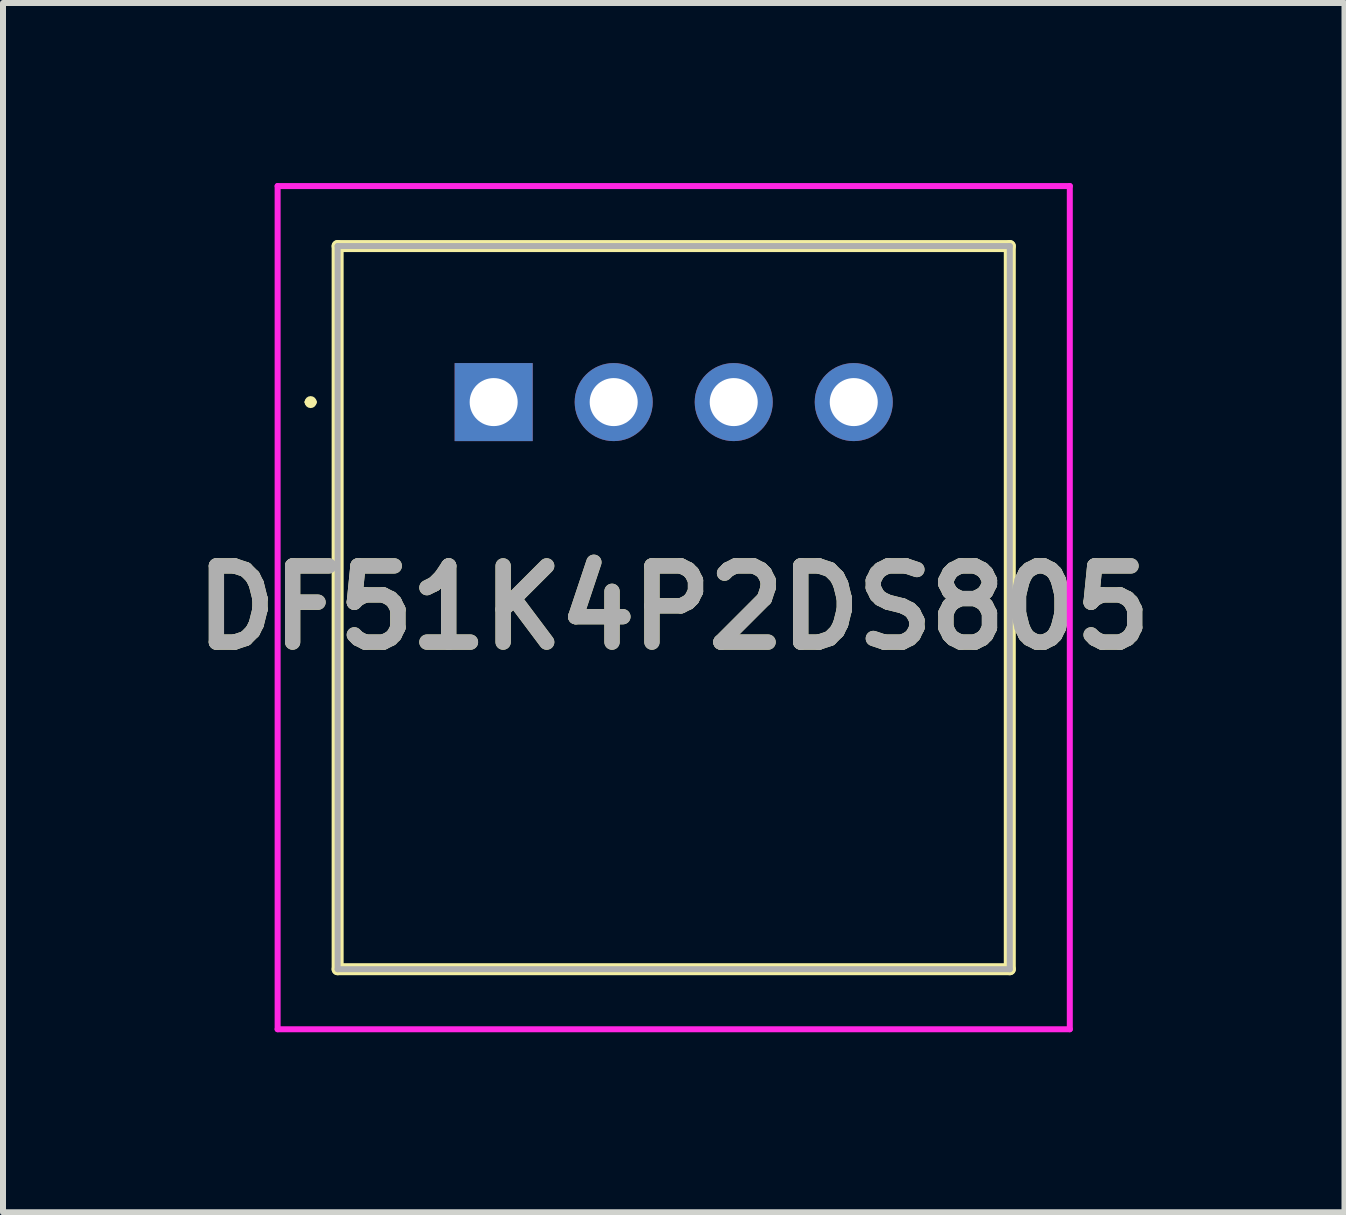
<source format=kicad_pcb>
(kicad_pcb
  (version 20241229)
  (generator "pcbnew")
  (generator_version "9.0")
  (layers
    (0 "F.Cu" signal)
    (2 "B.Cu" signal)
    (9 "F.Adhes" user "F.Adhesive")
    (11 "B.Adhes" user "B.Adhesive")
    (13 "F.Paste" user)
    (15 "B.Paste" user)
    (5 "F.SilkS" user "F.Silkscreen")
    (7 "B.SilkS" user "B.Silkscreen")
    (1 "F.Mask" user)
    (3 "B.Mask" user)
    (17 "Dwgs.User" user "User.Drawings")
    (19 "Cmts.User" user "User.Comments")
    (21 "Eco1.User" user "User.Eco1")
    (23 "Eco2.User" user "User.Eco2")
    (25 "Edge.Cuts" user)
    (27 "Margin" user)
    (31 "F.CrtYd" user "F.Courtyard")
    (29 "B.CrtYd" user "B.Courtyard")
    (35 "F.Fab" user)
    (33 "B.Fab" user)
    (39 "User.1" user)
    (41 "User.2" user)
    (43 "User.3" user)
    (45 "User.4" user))
  (footprint "DF51K4P2DS805"
    (layer "F.Cu")
    (at 5.176 3.65)
    (property "Reference" "DF51K4P2DS805" (at 3 3.425 0) (layer "F.SilkS") (effects (font (size 1.27 1.27) (thickness 0.254))))
    (attr through_hole)
    (fp_line (start -3.1 0) (end -3.1 0) (stroke (width 0.1) (type solid)) (layer "F.SilkS"))
    (fp_line (start -3 0) (end -3 0) (stroke (width 0.1) (type solid)) (layer "F.SilkS"))
    (fp_line (start -2.6 -2.6) (end 8.6 -2.6) (stroke (width 0.2) (type solid)) (layer "F.SilkS"))
    (fp_line (start -2.6 9.45) (end -2.6 -2.6) (stroke (width 0.2) (type solid)) (layer "F.SilkS"))
    (fp_line (start 8.6 -2.6) (end 8.6 9.45) (stroke (width 0.2) (type solid)) (layer "F.SilkS"))
    (fp_line (start 8.6 9.45) (end -2.6 9.45) (stroke (width 0.2) (type solid)) (layer "F.SilkS"))
    (fp_arc (start -3.1 0) (mid -3.05 -0.05) (end -3 0) (stroke (width 0.1) (type solid)) (layer "F.SilkS"))
    (fp_arc (start -3 0) (mid -3.05 0.05) (end -3.1 0) (stroke (width 0.1) (type solid)) (layer "F.SilkS"))
    (fp_line (start -3.6 -3.6) (end 9.6 -3.6) (stroke (width 0.1) (type solid)) (layer "F.CrtYd"))
    (fp_line (start -3.6 10.45) (end -3.6 -3.6) (stroke (width 0.1) (type solid)) (layer "F.CrtYd"))
    (fp_line (start 9.6 -3.6) (end 9.6 10.45) (stroke (width 0.1) (type solid)) (layer "F.CrtYd"))
    (fp_line (start 9.6 10.45) (end -3.6 10.45) (stroke (width 0.1) (type solid)) (layer "F.CrtYd"))
    (fp_line (start -2.6 -2.6) (end -2.6 9.45) (stroke (width 0.1) (type solid)) (layer "F.Fab"))
    (fp_line (start -2.6 9.45) (end 8.6 9.45) (stroke (width 0.1) (type solid)) (layer "F.Fab"))
    (fp_line (start 8.6 -2.6) (end -2.6 -2.6) (stroke (width 0.1) (type solid)) (layer "F.Fab"))
    (fp_line (start 8.6 9.45) (end 8.6 -2.6) (stroke (width 0.1) (type solid)) (layer "F.Fab"))
    (fp_text user "${REFERENCE}" (at 3 3.425 0) (layer "F.Fab") (effects (font (size 1.27 1.27) (thickness 0.254))))
    (pad "1" thru_hole rect (at 0 0) (size 1.3 1.3) (drill 0.8) (layers "*.Cu" "*.Mask"))
    (pad "2" thru_hole circle (at 2 0) (size 1.3 1.3) (drill 0.8) (layers "*.Cu" "*.Mask"))
    (pad "3" thru_hole circle (at 4 0) (size 1.3 1.3) (drill 0.8) (layers "*.Cu" "*.Mask"))
    (pad "4" thru_hole circle (at 6 0) (size 1.3 1.3) (drill 0.8) (layers "*.Cu" "*.Mask")))
  (gr_rect
    (start -3 -3)
    (end 19.353 17.15)
    (stroke (width 0.1) (type default))
    (fill no)
    (layer "Edge.Cuts")))
</source>
